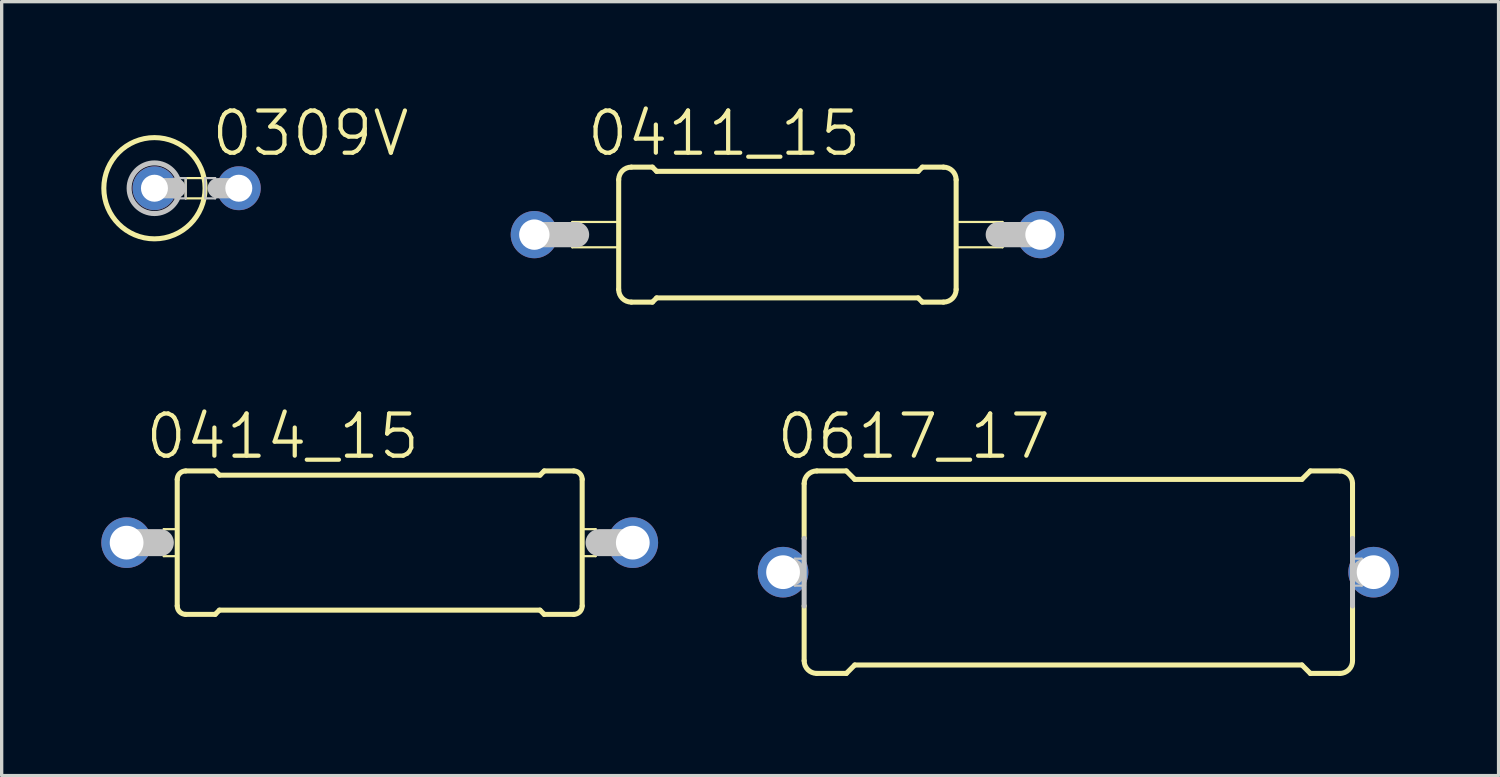
<source format=kicad_pcb>
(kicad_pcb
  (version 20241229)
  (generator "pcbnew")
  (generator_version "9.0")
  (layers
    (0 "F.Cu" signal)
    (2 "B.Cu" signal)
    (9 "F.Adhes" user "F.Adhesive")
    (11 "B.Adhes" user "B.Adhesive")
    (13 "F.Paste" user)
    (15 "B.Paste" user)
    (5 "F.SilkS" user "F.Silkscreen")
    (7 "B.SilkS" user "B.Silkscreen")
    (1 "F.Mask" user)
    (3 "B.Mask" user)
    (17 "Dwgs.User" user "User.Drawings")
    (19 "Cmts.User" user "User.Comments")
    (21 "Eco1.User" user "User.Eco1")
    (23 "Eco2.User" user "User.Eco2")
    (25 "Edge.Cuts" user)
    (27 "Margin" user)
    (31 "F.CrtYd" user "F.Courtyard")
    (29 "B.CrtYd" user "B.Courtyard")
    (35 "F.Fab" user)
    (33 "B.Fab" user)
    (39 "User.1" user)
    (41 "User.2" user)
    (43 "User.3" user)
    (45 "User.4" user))
  (footprint "0309V"
    (layer "F.Cu")
    (at 2.87 2.617)
    (property "Reference" "0309V" (at 3.429 -1.651 0) (layer "F.SilkS") (effects (font (size 1.27 1.27) (thickness 0.127))))
    (attr exclude_from_pos_files exclude_from_bom)
    (fp_line (start -0.33 -0.305) (end 0.254 -0.305) (stroke (width 0.066) (type solid)) (layer "F.SilkS"))
    (fp_line (start -0.33 0.305) (end -0.33 -0.305) (stroke (width 0.066) (type solid)) (layer "F.SilkS"))
    (fp_line (start -0.33 0.305) (end 0.254 0.305) (stroke (width 0.066) (type solid)) (layer "F.SilkS"))
    (fp_line (start 0.254 0.305) (end 0.254 -0.305) (stroke (width 0.066) (type solid)) (layer "F.SilkS"))
    (fp_circle (center -1.27 0) (end -1.27 -1.524) (stroke (width 0.152) (type solid)) (fill no) (layer "F.SilkS"))
    (fp_line (start -0.635 -0.305) (end -0.33 -0.305) (stroke (width 0.066) (type solid)) (layer "Dwgs.User"))
    (fp_line (start -0.635 0) (end -1.27 0) (stroke (width 0.61) (type solid)) (layer "Dwgs.User"))
    (fp_line (start -0.635 0.305) (end -0.635 -0.305) (stroke (width 0.066) (type solid)) (layer "Dwgs.User"))
    (fp_line (start -0.635 0.305) (end -0.33 0.305) (stroke (width 0.066) (type solid)) (layer "Dwgs.User"))
    (fp_line (start -0.33 0.305) (end -0.33 -0.305) (stroke (width 0.066) (type solid)) (layer "Dwgs.User"))
    (fp_line (start 0.254 -0.305) (end 0.559 -0.305) (stroke (width 0.066) (type solid)) (layer "Dwgs.User"))
    (fp_line (start 0.254 0.305) (end 0.254 -0.305) (stroke (width 0.066) (type solid)) (layer "Dwgs.User"))
    (fp_line (start 0.254 0.305) (end 0.559 0.305) (stroke (width 0.066) (type solid)) (layer "Dwgs.User"))
    (fp_line (start 0.559 0.305) (end 0.559 -0.305) (stroke (width 0.066) (type solid)) (layer "Dwgs.User"))
    (fp_line (start 1.27 0) (end 0.635 0) (stroke (width 0.61) (type solid)) (layer "Dwgs.User"))
    (fp_circle (center -1.27 0) (end -1.27 -0.762) (stroke (width 0.152) (type solid)) (fill no) (layer "Dwgs.User"))
    (pad "1" thru_hole circle (at -1.27 0) (size 1.321 1.321) (drill 0.813) (layers "*.Cu" "*.Paste" "*.Mask"))
    (pad "2" thru_hole circle (at 1.27 0) (size 1.321 1.321) (drill 0.813) (layers "*.Cu" "*.Paste" "*.Mask")))
  (footprint "0411_15"
    (layer "F.Cu")
    (at 20.657 4.014)
    (property "Reference" "0411_15" (at -1.905 -3.048 0) (layer "F.SilkS") (effects (font (size 1.27 1.27) (thickness 0.127))))
    (attr exclude_from_pos_files exclude_from_bom)
    (fp_line (start -6.477 -0.381) (end -5.08 -0.381) (stroke (width 0.066) (type solid)) (layer "F.SilkS"))
    (fp_line (start -6.477 0.381) (end -6.477 -0.381) (stroke (width 0.066) (type solid)) (layer "F.SilkS"))
    (fp_line (start -6.477 0.381) (end -5.08 0.381) (stroke (width 0.066) (type solid)) (layer "F.SilkS"))
    (fp_line (start -5.08 -1.651) (end -5.08 1.651) (stroke (width 0.152) (type solid)) (layer "F.SilkS"))
    (fp_line (start -5.08 0.381) (end -5.08 -0.381) (stroke (width 0.066) (type solid)) (layer "F.SilkS"))
    (fp_line (start -4.699 -2.032) (end -4.064 -2.032) (stroke (width 0.152) (type solid)) (layer "F.SilkS"))
    (fp_line (start -4.699 2.032) (end -4.064 2.032) (stroke (width 0.152) (type solid)) (layer "F.SilkS"))
    (fp_line (start -3.937 -1.905) (end -4.064 -2.032) (stroke (width 0.152) (type solid)) (layer "F.SilkS"))
    (fp_line (start -3.937 -1.905) (end 3.937 -1.905) (stroke (width 0.152) (type solid)) (layer "F.SilkS"))
    (fp_line (start -3.937 1.905) (end -4.064 2.032) (stroke (width 0.152) (type solid)) (layer "F.SilkS"))
    (fp_line (start -3.937 1.905) (end 3.937 1.905) (stroke (width 0.152) (type solid)) (layer "F.SilkS"))
    (fp_line (start 3.937 -1.905) (end 4.064 -2.032) (stroke (width 0.152) (type solid)) (layer "F.SilkS"))
    (fp_line (start 3.937 1.905) (end 4.064 2.032) (stroke (width 0.152) (type solid)) (layer "F.SilkS"))
    (fp_line (start 4.699 -2.032) (end 4.064 -2.032) (stroke (width 0.152) (type solid)) (layer "F.SilkS"))
    (fp_line (start 4.699 2.032) (end 4.064 2.032) (stroke (width 0.152) (type solid)) (layer "F.SilkS"))
    (fp_line (start 5.08 -0.381) (end 6.477 -0.381) (stroke (width 0.066) (type solid)) (layer "F.SilkS"))
    (fp_line (start 5.08 0.381) (end 5.08 -0.381) (stroke (width 0.066) (type solid)) (layer "F.SilkS"))
    (fp_line (start 5.08 0.381) (end 6.477 0.381) (stroke (width 0.066) (type solid)) (layer "F.SilkS"))
    (fp_line (start 5.08 1.651) (end 5.08 -1.651) (stroke (width 0.152) (type solid)) (layer "F.SilkS"))
    (fp_line (start 6.477 0.381) (end 6.477 -0.381) (stroke (width 0.066) (type solid)) (layer "F.SilkS"))
    (fp_arc (start -5.08 -1.651) (mid -4.968408 -1.920408) (end -4.699 -2.032) (stroke (width 0.1524) (type solid)) (layer "F.SilkS"))
    (fp_arc (start -4.699 2.032) (mid -4.968408 1.920408) (end -5.08 1.651) (stroke (width 0.1524) (type solid)) (layer "F.SilkS"))
    (fp_arc (start 4.699 -2.032) (mid 4.968408 -1.920408) (end 5.08 -1.651) (stroke (width 0.1524) (type solid)) (layer "F.SilkS"))
    (fp_arc (start 5.08 1.651) (mid 4.968408 1.920408) (end 4.699 2.032) (stroke (width 0.1524) (type solid)) (layer "F.SilkS"))
    (fp_line (start -7.62 0) (end -6.35 0) (stroke (width 0.762) (type solid)) (layer "Dwgs.User"))
    (fp_line (start 6.35 0) (end 7.62 0) (stroke (width 0.762) (type solid)) (layer "Dwgs.User"))
    (pad "1" thru_hole circle (at -7.62 0) (size 1.422 1.422) (drill 0.914) (layers "*.Cu" "*.Paste" "*.Mask"))
    (pad "2" thru_hole circle (at 7.62 0) (size 1.422 1.422) (drill 0.914) (layers "*.Cu" "*.Paste" "*.Mask")))
  (footprint "0414_15"
    (layer "F.Cu")
    (at 8.382 13.288)
    (property "Reference" "0414_15" (at -2.921 -3.2 0) (layer "F.SilkS") (effects (font (size 1.27 1.27) (thickness 0.127))))
    (attr exclude_from_pos_files exclude_from_bom)
    (fp_line (start -6.502 -0.406) (end -6.096 -0.406) (stroke (width 0.066) (type solid)) (layer "F.SilkS"))
    (fp_line (start -6.502 0.406) (end -6.502 -0.406) (stroke (width 0.066) (type solid)) (layer "F.SilkS"))
    (fp_line (start -6.502 0.406) (end -6.096 0.406) (stroke (width 0.066) (type solid)) (layer "F.SilkS"))
    (fp_line (start -6.096 0.406) (end -6.096 -0.406) (stroke (width 0.066) (type solid)) (layer "F.SilkS"))
    (fp_line (start -6.096 1.905) (end -6.096 -1.905) (stroke (width 0.152) (type solid)) (layer "F.SilkS"))
    (fp_line (start -5.842 -2.159) (end -4.953 -2.159) (stroke (width 0.152) (type solid)) (layer "F.SilkS"))
    (fp_line (start -5.842 2.159) (end -4.953 2.159) (stroke (width 0.152) (type solid)) (layer "F.SilkS"))
    (fp_line (start -4.826 -2.032) (end -4.953 -2.159) (stroke (width 0.152) (type solid)) (layer "F.SilkS"))
    (fp_line (start -4.826 2.032) (end -4.953 2.159) (stroke (width 0.152) (type solid)) (layer "F.SilkS"))
    (fp_line (start 4.826 -2.032) (end -4.826 -2.032) (stroke (width 0.152) (type solid)) (layer "F.SilkS"))
    (fp_line (start 4.826 -2.032) (end 4.953 -2.159) (stroke (width 0.152) (type solid)) (layer "F.SilkS"))
    (fp_line (start 4.826 2.032) (end -4.826 2.032) (stroke (width 0.152) (type solid)) (layer "F.SilkS"))
    (fp_line (start 4.826 2.032) (end 4.953 2.159) (stroke (width 0.152) (type solid)) (layer "F.SilkS"))
    (fp_line (start 5.842 -2.159) (end 4.953 -2.159) (stroke (width 0.152) (type solid)) (layer "F.SilkS"))
    (fp_line (start 5.842 2.159) (end 4.953 2.159) (stroke (width 0.152) (type solid)) (layer "F.SilkS"))
    (fp_line (start 6.096 -0.406) (end 6.502 -0.406) (stroke (width 0.066) (type solid)) (layer "F.SilkS"))
    (fp_line (start 6.096 0.406) (end 6.096 -0.406) (stroke (width 0.066) (type solid)) (layer "F.SilkS"))
    (fp_line (start 6.096 0.406) (end 6.502 0.406) (stroke (width 0.066) (type solid)) (layer "F.SilkS"))
    (fp_line (start 6.096 1.905) (end 6.096 -1.905) (stroke (width 0.152) (type solid)) (layer "F.SilkS"))
    (fp_line (start 6.502 0.406) (end 6.502 -0.406) (stroke (width 0.066) (type solid)) (layer "F.SilkS"))
    (fp_arc (start -6.096 -1.905) (mid -6.021605 -2.084605) (end -5.842 -2.159) (stroke (width 0.1524) (type solid)) (layer "F.SilkS"))
    (fp_arc (start -5.842 2.159) (mid -6.021605 2.084605) (end -6.096 1.905) (stroke (width 0.1524) (type solid)) (layer "F.SilkS"))
    (fp_arc (start 5.842 -2.159) (mid 6.021605 -2.084605) (end 6.096 -1.905) (stroke (width 0.1524) (type solid)) (layer "F.SilkS"))
    (fp_arc (start 6.096 1.905) (mid 6.021605 2.084605) (end 5.842 2.159) (stroke (width 0.1524) (type solid)) (layer "F.SilkS"))
    (fp_line (start -7.62 0) (end -6.604 0) (stroke (width 0.813) (type solid)) (layer "Dwgs.User"))
    (fp_line (start 7.62 0) (end 6.604 0) (stroke (width 0.813) (type solid)) (layer "Dwgs.User"))
    (pad "1" thru_hole circle (at -7.62 0) (size 1.524 1.524) (drill 1.016) (layers "*.Cu" "*.Paste" "*.Mask"))
    (pad "2" thru_hole circle (at 7.62 0) (size 1.524 1.524) (drill 1.016) (layers "*.Cu" "*.Paste" "*.Mask")))
  (footprint "0617_17"
    (layer "F.Cu")
    (at 29.416 14.177)
    (property "Reference" "0617_17" (at -4.953 -4.089 0) (layer "F.SilkS") (effects (font (size 1.27 1.27) (thickness 0.127))))
    (attr exclude_from_pos_files exclude_from_bom)
    (fp_line (start -8.255 -1.016) (end -8.255 -2.667) (stroke (width 0.152) (type solid)) (layer "F.SilkS"))
    (fp_line (start -8.255 2.667) (end -8.255 1.016) (stroke (width 0.152) (type solid)) (layer "F.SilkS"))
    (fp_line (start -7.874 -3.048) (end -6.985 -3.048) (stroke (width 0.152) (type solid)) (layer "F.SilkS"))
    (fp_line (start -7.874 3.048) (end -6.985 3.048) (stroke (width 0.152) (type solid)) (layer "F.SilkS"))
    (fp_line (start -6.731 -2.794) (end -6.985 -3.048) (stroke (width 0.152) (type solid)) (layer "F.SilkS"))
    (fp_line (start -6.731 2.794) (end -6.985 3.048) (stroke (width 0.152) (type solid)) (layer "F.SilkS"))
    (fp_line (start 6.731 -2.794) (end -6.731 -2.794) (stroke (width 0.152) (type solid)) (layer "F.SilkS"))
    (fp_line (start 6.731 -2.794) (end 6.985 -3.048) (stroke (width 0.152) (type solid)) (layer "F.SilkS"))
    (fp_line (start 6.731 2.794) (end -6.731 2.794) (stroke (width 0.152) (type solid)) (layer "F.SilkS"))
    (fp_line (start 6.731 2.794) (end 6.985 3.048) (stroke (width 0.152) (type solid)) (layer "F.SilkS"))
    (fp_line (start 7.874 -3.048) (end 6.985 -3.048) (stroke (width 0.152) (type solid)) (layer "F.SilkS"))
    (fp_line (start 7.874 3.048) (end 6.985 3.048) (stroke (width 0.152) (type solid)) (layer "F.SilkS"))
    (fp_line (start 8.255 -1.016) (end 8.255 -2.667) (stroke (width 0.152) (type solid)) (layer "F.SilkS"))
    (fp_line (start 8.255 2.667) (end 8.255 1.016) (stroke (width 0.152) (type solid)) (layer "F.SilkS"))
    (fp_arc (start -8.255 -2.667) (mid -8.143408 -2.936408) (end -7.874 -3.048) (stroke (width 0.1524) (type solid)) (layer "F.SilkS"))
    (fp_arc (start -7.874 3.048) (mid -8.143408 2.936408) (end -8.255 2.667) (stroke (width 0.1524) (type solid)) (layer "F.SilkS"))
    (fp_arc (start 7.874 -3.048) (mid 8.143408 -2.936408) (end 8.255 -2.667) (stroke (width 0.1524) (type solid)) (layer "F.SilkS"))
    (fp_arc (start 8.255 2.667) (mid 8.143408 2.936408) (end 7.874 3.048) (stroke (width 0.1524) (type solid)) (layer "F.SilkS"))
    (fp_line (start -8.89 0) (end -8.636 0) (stroke (width 0.813) (type solid)) (layer "Dwgs.User"))
    (fp_line (start -8.534 -0.406) (end -8.23 -0.406) (stroke (width 0.066) (type solid)) (layer "Dwgs.User"))
    (fp_line (start -8.534 0.406) (end -8.534 -0.406) (stroke (width 0.066) (type solid)) (layer "Dwgs.User"))
    (fp_line (start -8.534 0.406) (end -8.23 0.406) (stroke (width 0.066) (type solid)) (layer "Dwgs.User"))
    (fp_line (start -8.255 -1.016) (end -8.255 1.016) (stroke (width 0.152) (type solid)) (layer "Dwgs.User"))
    (fp_line (start -8.23 0.406) (end -8.23 -0.406) (stroke (width 0.066) (type solid)) (layer "Dwgs.User"))
    (fp_line (start 8.23 -0.406) (end 8.534 -0.406) (stroke (width 0.066) (type solid)) (layer "Dwgs.User"))
    (fp_line (start 8.23 0.406) (end 8.23 -0.406) (stroke (width 0.066) (type solid)) (layer "Dwgs.User"))
    (fp_line (start 8.23 0.406) (end 8.534 0.406) (stroke (width 0.066) (type solid)) (layer "Dwgs.User"))
    (fp_line (start 8.255 -1.016) (end 8.255 1.016) (stroke (width 0.152) (type solid)) (layer "Dwgs.User"))
    (fp_line (start 8.534 0.406) (end 8.534 -0.406) (stroke (width 0.066) (type solid)) (layer "Dwgs.User"))
    (fp_line (start 8.636 0) (end 8.89 0) (stroke (width 0.813) (type solid)) (layer "Dwgs.User"))
    (pad "1" thru_hole circle (at -8.89 0) (size 1.524 1.524) (drill 1.016) (layers "*.Cu" "*.Paste" "*.Mask"))
    (pad "2" thru_hole circle (at 8.89 0) (size 1.524 1.524) (drill 1.016) (layers "*.Cu" "*.Paste" "*.Mask")))
  (gr_rect
    (start -3 -3)
    (end 42.068 20.301)
    (stroke (width 0.1) (type default))
    (fill no)
    (layer "Edge.Cuts")))
</source>
